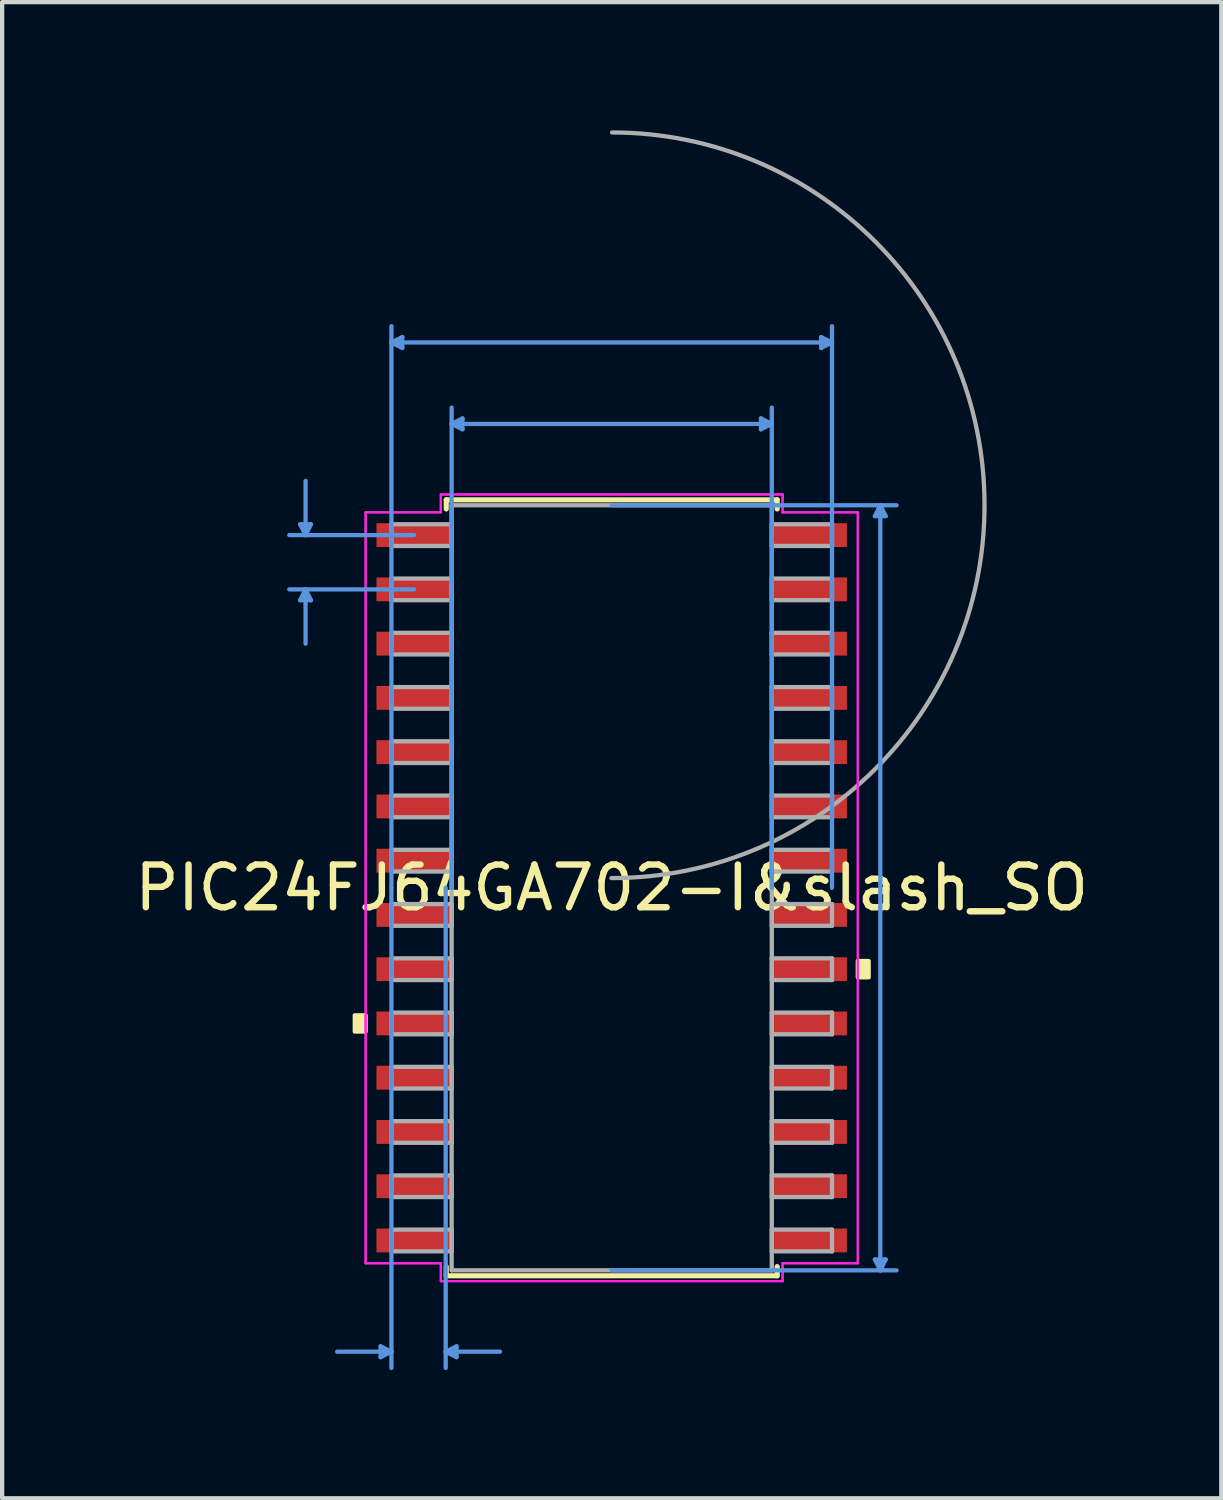
<source format=kicad_pcb>
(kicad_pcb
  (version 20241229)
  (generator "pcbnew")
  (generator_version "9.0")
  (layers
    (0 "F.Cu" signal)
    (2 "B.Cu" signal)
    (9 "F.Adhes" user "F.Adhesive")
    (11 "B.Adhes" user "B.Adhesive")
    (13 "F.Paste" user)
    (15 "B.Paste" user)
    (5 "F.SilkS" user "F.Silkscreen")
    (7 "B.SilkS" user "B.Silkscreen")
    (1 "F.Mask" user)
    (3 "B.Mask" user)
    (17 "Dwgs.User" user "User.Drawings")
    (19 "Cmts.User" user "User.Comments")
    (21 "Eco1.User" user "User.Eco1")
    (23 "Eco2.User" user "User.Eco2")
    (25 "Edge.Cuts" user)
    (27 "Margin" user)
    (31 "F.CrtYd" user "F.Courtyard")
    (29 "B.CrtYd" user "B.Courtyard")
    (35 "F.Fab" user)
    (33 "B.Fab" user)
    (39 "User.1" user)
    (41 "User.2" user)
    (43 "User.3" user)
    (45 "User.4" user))
  (footprint "PIC24FJ64GA702-I&slash_SO"
    (layer "F.Cu")
    (at 11.268 17.73)
    (property "Reference" "PIC24FJ64GA702-I&slash_SO" (at 0 0 0) (layer "F.SilkS") (effects (font (size 1 1) (thickness 0.15))))
    (attr through_hole)
    (fp_line (start -3.873 -9.081) (end -3.873 -8.867) (stroke (width 0.12) (type solid)) (layer "F.SilkS"))
    (fp_line (start -3.873 8.867) (end -3.873 9.081) (stroke (width 0.12) (type solid)) (layer "F.SilkS"))
    (fp_line (start -3.873 9.081) (end 3.873 9.081) (stroke (width 0.12) (type solid)) (layer "F.SilkS"))
    (fp_line (start 3.873 -9.081) (end -3.873 -9.081) (stroke (width 0.12) (type solid)) (layer "F.SilkS"))
    (fp_line (start 3.873 -8.867) (end 3.873 -9.081) (stroke (width 0.12) (type solid)) (layer "F.SilkS"))
    (fp_line (start 3.873 9.081) (end 3.873 8.867) (stroke (width 0.12) (type solid)) (layer "F.SilkS"))
    (fp_poly (pts (xy -6.014 2.985) (xy -6.014 3.365) (xy -5.76 3.365) (xy -5.76 2.985)) (stroke (width 0.1) (type solid)) (fill yes) (layer "F.SilkS"))
    (fp_poly (pts (xy 6.014 1.714) (xy 6.014 2.095) (xy 5.76 2.095) (xy 5.76 1.714)) (stroke (width 0.1) (type solid)) (fill yes) (layer "F.SilkS"))
    (fp_line (start -7.293 -8.509) (end -7.039 -8.509) (stroke (width 0.1) (type solid)) (layer "Cmts.User"))
    (fp_line (start -7.293 -6.731) (end -7.039 -6.731) (stroke (width 0.1) (type solid)) (layer "Cmts.User"))
    (fp_line (start -7.166 -8.255) (end -7.293 -8.509) (stroke (width 0.1) (type solid)) (layer "Cmts.User"))
    (fp_line (start -7.166 -8.255) (end -7.166 -9.525) (stroke (width 0.1) (type solid)) (layer "Cmts.User"))
    (fp_line (start -7.166 -8.255) (end -7.039 -8.509) (stroke (width 0.1) (type solid)) (layer "Cmts.User"))
    (fp_line (start -7.166 -6.985) (end -7.293 -6.731) (stroke (width 0.1) (type solid)) (layer "Cmts.User"))
    (fp_line (start -7.166 -6.985) (end -7.166 -5.715) (stroke (width 0.1) (type solid)) (layer "Cmts.User"))
    (fp_line (start -7.166 -6.985) (end -7.039 -6.731) (stroke (width 0.1) (type solid)) (layer "Cmts.User"))
    (fp_line (start -5.41 10.732) (end -5.41 10.986) (stroke (width 0.1) (type solid)) (layer "Cmts.User"))
    (fp_line (start -5.156 -12.764) (end -4.902 -12.89) (stroke (width 0.1) (type solid)) (layer "Cmts.User"))
    (fp_line (start -5.156 -12.764) (end -4.902 -12.636) (stroke (width 0.1) (type solid)) (layer "Cmts.User"))
    (fp_line (start -5.156 -12.764) (end 5.156 -12.764) (stroke (width 0.1) (type solid)) (layer "Cmts.User"))
    (fp_line (start -5.156 0) (end -5.156 -13.145) (stroke (width 0.1) (type solid)) (layer "Cmts.User"))
    (fp_line (start -5.156 0) (end -5.156 11.239) (stroke (width 0.1) (type solid)) (layer "Cmts.User"))
    (fp_line (start -5.156 10.858) (end -6.426 10.858) (stroke (width 0.1) (type solid)) (layer "Cmts.User"))
    (fp_line (start -5.156 10.858) (end -5.41 10.732) (stroke (width 0.1) (type solid)) (layer "Cmts.User"))
    (fp_line (start -5.156 10.858) (end -5.41 10.986) (stroke (width 0.1) (type solid)) (layer "Cmts.User"))
    (fp_line (start -4.902 -12.89) (end -4.902 -12.636) (stroke (width 0.1) (type solid)) (layer "Cmts.User"))
    (fp_line (start -4.626 -8.255) (end -7.547 -8.255) (stroke (width 0.1) (type solid)) (layer "Cmts.User"))
    (fp_line (start -4.626 -6.985) (end -7.547 -6.985) (stroke (width 0.1) (type solid)) (layer "Cmts.User"))
    (fp_line (start -3.886 0) (end -3.886 11.239) (stroke (width 0.1) (type solid)) (layer "Cmts.User"))
    (fp_line (start -3.886 10.858) (end -3.632 10.732) (stroke (width 0.1) (type solid)) (layer "Cmts.User"))
    (fp_line (start -3.886 10.858) (end -3.632 10.986) (stroke (width 0.1) (type solid)) (layer "Cmts.User"))
    (fp_line (start -3.886 10.858) (end -2.616 10.858) (stroke (width 0.1) (type solid)) (layer "Cmts.User"))
    (fp_line (start -3.747 -10.858) (end -3.493 -10.986) (stroke (width 0.1) (type solid)) (layer "Cmts.User"))
    (fp_line (start -3.747 -10.858) (end -3.493 -10.732) (stroke (width 0.1) (type solid)) (layer "Cmts.User"))
    (fp_line (start -3.747 -10.858) (end 3.747 -10.858) (stroke (width 0.1) (type solid)) (layer "Cmts.User"))
    (fp_line (start -3.747 0) (end -3.747 -11.239) (stroke (width 0.1) (type solid)) (layer "Cmts.User"))
    (fp_line (start -3.632 10.732) (end -3.632 10.986) (stroke (width 0.1) (type solid)) (layer "Cmts.User"))
    (fp_line (start -3.493 -10.986) (end -3.493 -10.732) (stroke (width 0.1) (type solid)) (layer "Cmts.User"))
    (fp_line (start 0 -8.954) (end 6.668 -8.954) (stroke (width 0.1) (type solid)) (layer "Cmts.User"))
    (fp_line (start 0 8.954) (end 6.668 8.954) (stroke (width 0.1) (type solid)) (layer "Cmts.User"))
    (fp_line (start 3.493 -10.986) (end 3.493 -10.732) (stroke (width 0.1) (type solid)) (layer "Cmts.User"))
    (fp_line (start 3.747 -10.858) (end 3.493 -10.986) (stroke (width 0.1) (type solid)) (layer "Cmts.User"))
    (fp_line (start 3.747 -10.858) (end 3.493 -10.732) (stroke (width 0.1) (type solid)) (layer "Cmts.User"))
    (fp_line (start 3.747 0) (end 3.747 -11.239) (stroke (width 0.1) (type solid)) (layer "Cmts.User"))
    (fp_line (start 4.902 -12.89) (end 4.902 -12.636) (stroke (width 0.1) (type solid)) (layer "Cmts.User"))
    (fp_line (start 5.156 -12.764) (end 4.902 -12.89) (stroke (width 0.1) (type solid)) (layer "Cmts.User"))
    (fp_line (start 5.156 -12.764) (end 4.902 -12.636) (stroke (width 0.1) (type solid)) (layer "Cmts.User"))
    (fp_line (start 5.156 0) (end 5.156 -13.145) (stroke (width 0.1) (type solid)) (layer "Cmts.User"))
    (fp_line (start 6.16 -8.7) (end 6.413 -8.7) (stroke (width 0.1) (type solid)) (layer "Cmts.User"))
    (fp_line (start 6.16 8.7) (end 6.413 8.7) (stroke (width 0.1) (type solid)) (layer "Cmts.User"))
    (fp_line (start 6.287 -8.954) (end 6.16 -8.7) (stroke (width 0.1) (type solid)) (layer "Cmts.User"))
    (fp_line (start 6.287 -8.954) (end 6.287 8.954) (stroke (width 0.1) (type solid)) (layer "Cmts.User"))
    (fp_line (start 6.287 -8.954) (end 6.413 -8.7) (stroke (width 0.1) (type solid)) (layer "Cmts.User"))
    (fp_line (start 6.287 8.954) (end 6.16 8.7) (stroke (width 0.1) (type solid)) (layer "Cmts.User"))
    (fp_line (start 6.287 8.954) (end 6.413 8.7) (stroke (width 0.1) (type solid)) (layer "Cmts.User"))
    (fp_line (start -5.76 -8.788) (end -4 -8.788) (stroke (width 0.05) (type solid)) (layer "F.CrtYd"))
    (fp_line (start -5.76 -8.788) (end -4 -8.788) (stroke (width 0.05) (type solid)) (layer "F.CrtYd"))
    (fp_line (start -5.76 8.788) (end -5.76 -8.788) (stroke (width 0.05) (type solid)) (layer "F.CrtYd"))
    (fp_line (start -5.76 8.788) (end -5.76 -8.788) (stroke (width 0.05) (type solid)) (layer "F.CrtYd"))
    (fp_line (start -5.76 8.788) (end -4 8.788) (stroke (width 0.05) (type solid)) (layer "F.CrtYd"))
    (fp_line (start -4 -9.207) (end 4 -9.207) (stroke (width 0.05) (type solid)) (layer "F.CrtYd"))
    (fp_line (start -4 -9.207) (end 4 -9.207) (stroke (width 0.05) (type solid)) (layer "F.CrtYd"))
    (fp_line (start -4 -8.788) (end -4 -9.207) (stroke (width 0.05) (type solid)) (layer "F.CrtYd"))
    (fp_line (start -4 -8.788) (end -4 -9.207) (stroke (width 0.05) (type solid)) (layer "F.CrtYd"))
    (fp_line (start -4 8.788) (end -5.76 8.788) (stroke (width 0.05) (type solid)) (layer "F.CrtYd"))
    (fp_line (start -4 9.207) (end -4 8.788) (stroke (width 0.05) (type solid)) (layer "F.CrtYd"))
    (fp_line (start -4 9.207) (end -4 8.788) (stroke (width 0.05) (type solid)) (layer "F.CrtYd"))
    (fp_line (start 4 -9.207) (end 4 -8.788) (stroke (width 0.05) (type solid)) (layer "F.CrtYd"))
    (fp_line (start 4 -9.207) (end 4 -8.788) (stroke (width 0.05) (type solid)) (layer "F.CrtYd"))
    (fp_line (start 4 -8.788) (end 5.76 -8.788) (stroke (width 0.05) (type solid)) (layer "F.CrtYd"))
    (fp_line (start 4 8.788) (end 4 9.207) (stroke (width 0.05) (type solid)) (layer "F.CrtYd"))
    (fp_line (start 4 8.788) (end 4 9.207) (stroke (width 0.05) (type solid)) (layer "F.CrtYd"))
    (fp_line (start 4 9.207) (end -4 9.207) (stroke (width 0.05) (type solid)) (layer "F.CrtYd"))
    (fp_line (start 4 9.207) (end -4 9.207) (stroke (width 0.05) (type solid)) (layer "F.CrtYd"))
    (fp_line (start 5.76 -8.788) (end 4 -8.788) (stroke (width 0.05) (type solid)) (layer "F.CrtYd"))
    (fp_line (start 5.76 -8.788) (end 5.76 8.788) (stroke (width 0.05) (type solid)) (layer "F.CrtYd"))
    (fp_line (start 5.76 -8.788) (end 5.76 8.788) (stroke (width 0.05) (type solid)) (layer "F.CrtYd"))
    (fp_line (start 5.76 8.788) (end 4 8.788) (stroke (width 0.05) (type solid)) (layer "F.CrtYd"))
    (fp_line (start 5.76 8.788) (end 4 8.788) (stroke (width 0.05) (type solid)) (layer "F.CrtYd"))
    (fp_line (start -5.156 -8.509) (end -5.156 -8.001) (stroke (width 0.1) (type solid)) (layer "F.Fab"))
    (fp_line (start -5.156 -8.001) (end -3.747 -8.001) (stroke (width 0.1) (type solid)) (layer "F.Fab"))
    (fp_line (start -5.156 -7.239) (end -5.156 -6.731) (stroke (width 0.1) (type solid)) (layer "F.Fab"))
    (fp_line (start -5.156 -6.731) (end -3.747 -6.731) (stroke (width 0.1) (type solid)) (layer "F.Fab"))
    (fp_line (start -5.156 -5.969) (end -5.156 -5.461) (stroke (width 0.1) (type solid)) (layer "F.Fab"))
    (fp_line (start -5.156 -5.461) (end -3.747 -5.461) (stroke (width 0.1) (type solid)) (layer "F.Fab"))
    (fp_line (start -5.156 -4.699) (end -5.156 -4.191) (stroke (width 0.1) (type solid)) (layer "F.Fab"))
    (fp_line (start -5.156 -4.191) (end -3.747 -4.191) (stroke (width 0.1) (type solid)) (layer "F.Fab"))
    (fp_line (start -5.156 -3.429) (end -5.156 -2.921) (stroke (width 0.1) (type solid)) (layer "F.Fab"))
    (fp_line (start -5.156 -2.921) (end -3.747 -2.921) (stroke (width 0.1) (type solid)) (layer "F.Fab"))
    (fp_line (start -5.156 -2.159) (end -5.156 -1.651) (stroke (width 0.1) (type solid)) (layer "F.Fab"))
    (fp_line (start -5.156 -1.651) (end -3.747 -1.651) (stroke (width 0.1) (type solid)) (layer "F.Fab"))
    (fp_line (start -5.156 -0.889) (end -5.156 -0.381) (stroke (width 0.1) (type solid)) (layer "F.Fab"))
    (fp_line (start -5.156 -0.381) (end -3.747 -0.381) (stroke (width 0.1) (type solid)) (layer "F.Fab"))
    (fp_line (start -5.156 0.381) (end -5.156 0.889) (stroke (width 0.1) (type solid)) (layer "F.Fab"))
    (fp_line (start -5.156 0.889) (end -3.747 0.889) (stroke (width 0.1) (type solid)) (layer "F.Fab"))
    (fp_line (start -5.156 1.651) (end -5.156 2.159) (stroke (width 0.1) (type solid)) (layer "F.Fab"))
    (fp_line (start -5.156 2.159) (end -3.747 2.159) (stroke (width 0.1) (type solid)) (layer "F.Fab"))
    (fp_line (start -5.156 2.921) (end -5.156 3.429) (stroke (width 0.1) (type solid)) (layer "F.Fab"))
    (fp_line (start -5.156 3.429) (end -3.747 3.429) (stroke (width 0.1) (type solid)) (layer "F.Fab"))
    (fp_line (start -5.156 4.191) (end -5.156 4.699) (stroke (width 0.1) (type solid)) (layer "F.Fab"))
    (fp_line (start -5.156 4.699) (end -3.747 4.699) (stroke (width 0.1) (type solid)) (layer "F.Fab"))
    (fp_line (start -5.156 5.461) (end -5.156 5.969) (stroke (width 0.1) (type solid)) (layer "F.Fab"))
    (fp_line (start -5.156 5.969) (end -3.747 5.969) (stroke (width 0.1) (type solid)) (layer "F.Fab"))
    (fp_line (start -5.156 6.731) (end -5.156 7.239) (stroke (width 0.1) (type solid)) (layer "F.Fab"))
    (fp_line (start -5.156 7.239) (end -3.747 7.239) (stroke (width 0.1) (type solid)) (layer "F.Fab"))
    (fp_line (start -5.156 8.001) (end -5.156 8.509) (stroke (width 0.1) (type solid)) (layer "F.Fab"))
    (fp_line (start -5.156 8.509) (end -3.747 8.509) (stroke (width 0.1) (type solid)) (layer "F.Fab"))
    (fp_line (start -3.747 -8.954) (end -3.747 8.954) (stroke (width 0.1) (type solid)) (layer "F.Fab"))
    (fp_line (start -3.747 -8.509) (end -5.156 -8.509) (stroke (width 0.1) (type solid)) (layer "F.Fab"))
    (fp_line (start -3.747 -8.001) (end -3.747 -8.509) (stroke (width 0.1) (type solid)) (layer "F.Fab"))
    (fp_line (start -3.747 -7.239) (end -5.156 -7.239) (stroke (width 0.1) (type solid)) (layer "F.Fab"))
    (fp_line (start -3.747 -6.731) (end -3.747 -7.239) (stroke (width 0.1) (type solid)) (layer "F.Fab"))
    (fp_line (start -3.747 -5.969) (end -5.156 -5.969) (stroke (width 0.1) (type solid)) (layer "F.Fab"))
    (fp_line (start -3.747 -5.461) (end -3.747 -5.969) (stroke (width 0.1) (type solid)) (layer "F.Fab"))
    (fp_line (start -3.747 -4.699) (end -5.156 -4.699) (stroke (width 0.1) (type solid)) (layer "F.Fab"))
    (fp_line (start -3.747 -4.191) (end -3.747 -4.699) (stroke (width 0.1) (type solid)) (layer "F.Fab"))
    (fp_line (start -3.747 -3.429) (end -5.156 -3.429) (stroke (width 0.1) (type solid)) (layer "F.Fab"))
    (fp_line (start -3.747 -2.921) (end -3.747 -3.429) (stroke (width 0.1) (type solid)) (layer "F.Fab"))
    (fp_line (start -3.747 -2.159) (end -5.156 -2.159) (stroke (width 0.1) (type solid)) (layer "F.Fab"))
    (fp_line (start -3.747 -1.651) (end -3.747 -2.159) (stroke (width 0.1) (type solid)) (layer "F.Fab"))
    (fp_line (start -3.747 -0.889) (end -5.156 -0.889) (stroke (width 0.1) (type solid)) (layer "F.Fab"))
    (fp_line (start -3.747 -0.381) (end -3.747 -0.889) (stroke (width 0.1) (type solid)) (layer "F.Fab"))
    (fp_line (start -3.747 0.381) (end -5.156 0.381) (stroke (width 0.1) (type solid)) (layer "F.Fab"))
    (fp_line (start -3.747 0.889) (end -3.747 0.381) (stroke (width 0.1) (type solid)) (layer "F.Fab"))
    (fp_line (start -3.747 1.651) (end -5.156 1.651) (stroke (width 0.1) (type solid)) (layer "F.Fab"))
    (fp_line (start -3.747 2.159) (end -3.747 1.651) (stroke (width 0.1) (type solid)) (layer "F.Fab"))
    (fp_line (start -3.747 2.921) (end -5.156 2.921) (stroke (width 0.1) (type solid)) (layer "F.Fab"))
    (fp_line (start -3.747 3.429) (end -3.747 2.921) (stroke (width 0.1) (type solid)) (layer "F.Fab"))
    (fp_line (start -3.747 4.191) (end -5.156 4.191) (stroke (width 0.1) (type solid)) (layer "F.Fab"))
    (fp_line (start -3.747 4.699) (end -3.747 4.191) (stroke (width 0.1) (type solid)) (layer "F.Fab"))
    (fp_line (start -3.747 5.461) (end -5.156 5.461) (stroke (width 0.1) (type solid)) (layer "F.Fab"))
    (fp_line (start -3.747 5.969) (end -3.747 5.461) (stroke (width 0.1) (type solid)) (layer "F.Fab"))
    (fp_line (start -3.747 6.731) (end -5.156 6.731) (stroke (width 0.1) (type solid)) (layer "F.Fab"))
    (fp_line (start -3.747 7.239) (end -3.747 6.731) (stroke (width 0.1) (type solid)) (layer "F.Fab"))
    (fp_line (start -3.747 8.001) (end -5.156 8.001) (stroke (width 0.1) (type solid)) (layer "F.Fab"))
    (fp_line (start -3.747 8.509) (end -3.747 8.001) (stroke (width 0.1) (type solid)) (layer "F.Fab"))
    (fp_line (start -3.747 8.954) (end 3.747 8.954) (stroke (width 0.1) (type solid)) (layer "F.Fab"))
    (fp_line (start 3.747 -8.954) (end -3.747 -8.954) (stroke (width 0.1) (type solid)) (layer "F.Fab"))
    (fp_line (start 3.747 -8.509) (end 3.747 -8.001) (stroke (width 0.1) (type solid)) (layer "F.Fab"))
    (fp_line (start 3.747 -8.001) (end 5.156 -8.001) (stroke (width 0.1) (type solid)) (layer "F.Fab"))
    (fp_line (start 3.747 -7.239) (end 3.747 -6.731) (stroke (width 0.1) (type solid)) (layer "F.Fab"))
    (fp_line (start 3.747 -6.731) (end 5.156 -6.731) (stroke (width 0.1) (type solid)) (layer "F.Fab"))
    (fp_line (start 3.747 -5.969) (end 3.747 -5.461) (stroke (width 0.1) (type solid)) (layer "F.Fab"))
    (fp_line (start 3.747 -5.461) (end 5.156 -5.461) (stroke (width 0.1) (type solid)) (layer "F.Fab"))
    (fp_line (start 3.747 -4.699) (end 3.747 -4.191) (stroke (width 0.1) (type solid)) (layer "F.Fab"))
    (fp_line (start 3.747 -4.191) (end 5.156 -4.191) (stroke (width 0.1) (type solid)) (layer "F.Fab"))
    (fp_line (start 3.747 -3.429) (end 3.747 -2.921) (stroke (width 0.1) (type solid)) (layer "F.Fab"))
    (fp_line (start 3.747 -2.921) (end 5.156 -2.921) (stroke (width 0.1) (type solid)) (layer "F.Fab"))
    (fp_line (start 3.747 -2.159) (end 3.747 -1.651) (stroke (width 0.1) (type solid)) (layer "F.Fab"))
    (fp_line (start 3.747 -1.651) (end 5.156 -1.651) (stroke (width 0.1) (type solid)) (layer "F.Fab"))
    (fp_line (start 3.747 -0.889) (end 3.747 -0.381) (stroke (width 0.1) (type solid)) (layer "F.Fab"))
    (fp_line (start 3.747 -0.381) (end 5.156 -0.381) (stroke (width 0.1) (type solid)) (layer "F.Fab"))
    (fp_line (start 3.747 0.381) (end 3.747 0.889) (stroke (width 0.1) (type solid)) (layer "F.Fab"))
    (fp_line (start 3.747 0.889) (end 5.156 0.889) (stroke (width 0.1) (type solid)) (layer "F.Fab"))
    (fp_line (start 3.747 1.651) (end 3.747 2.159) (stroke (width 0.1) (type solid)) (layer "F.Fab"))
    (fp_line (start 3.747 2.159) (end 5.156 2.159) (stroke (width 0.1) (type solid)) (layer "F.Fab"))
    (fp_line (start 3.747 2.921) (end 3.747 3.429) (stroke (width 0.1) (type solid)) (layer "F.Fab"))
    (fp_line (start 3.747 3.429) (end 5.156 3.429) (stroke (width 0.1) (type solid)) (layer "F.Fab"))
    (fp_line (start 3.747 4.191) (end 3.747 4.699) (stroke (width 0.1) (type solid)) (layer "F.Fab"))
    (fp_line (start 3.747 4.699) (end 5.156 4.699) (stroke (width 0.1) (type solid)) (layer "F.Fab"))
    (fp_line (start 3.747 5.461) (end 3.747 5.969) (stroke (width 0.1) (type solid)) (layer "F.Fab"))
    (fp_line (start 3.747 5.969) (end 5.156 5.969) (stroke (width 0.1) (type solid)) (layer "F.Fab"))
    (fp_line (start 3.747 6.731) (end 3.747 7.239) (stroke (width 0.1) (type solid)) (layer "F.Fab"))
    (fp_line (start 3.747 7.239) (end 5.156 7.239) (stroke (width 0.1) (type solid)) (layer "F.Fab"))
    (fp_line (start 3.747 8.001) (end 3.747 8.509) (stroke (width 0.1) (type solid)) (layer "F.Fab"))
    (fp_line (start 3.747 8.509) (end 5.156 8.509) (stroke (width 0.1) (type solid)) (layer "F.Fab"))
    (fp_line (start 3.747 8.954) (end 3.747 -8.954) (stroke (width 0.1) (type solid)) (layer "F.Fab"))
    (fp_line (start 5.156 -8.509) (end 3.747 -8.509) (stroke (width 0.1) (type solid)) (layer "F.Fab"))
    (fp_line (start 5.156 -8.001) (end 5.156 -8.509) (stroke (width 0.1) (type solid)) (layer "F.Fab"))
    (fp_line (start 5.156 -7.239) (end 3.747 -7.239) (stroke (width 0.1) (type solid)) (layer "F.Fab"))
    (fp_line (start 5.156 -6.731) (end 5.156 -7.239) (stroke (width 0.1) (type solid)) (layer "F.Fab"))
    (fp_line (start 5.156 -5.969) (end 3.747 -5.969) (stroke (width 0.1) (type solid)) (layer "F.Fab"))
    (fp_line (start 5.156 -5.461) (end 5.156 -5.969) (stroke (width 0.1) (type solid)) (layer "F.Fab"))
    (fp_line (start 5.156 -4.699) (end 3.747 -4.699) (stroke (width 0.1) (type solid)) (layer "F.Fab"))
    (fp_line (start 5.156 -4.191) (end 5.156 -4.699) (stroke (width 0.1) (type solid)) (layer "F.Fab"))
    (fp_line (start 5.156 -3.429) (end 3.747 -3.429) (stroke (width 0.1) (type solid)) (layer "F.Fab"))
    (fp_line (start 5.156 -2.921) (end 5.156 -3.429) (stroke (width 0.1) (type solid)) (layer "F.Fab"))
    (fp_line (start 5.156 -2.159) (end 3.747 -2.159) (stroke (width 0.1) (type solid)) (layer "F.Fab"))
    (fp_line (start 5.156 -1.651) (end 5.156 -2.159) (stroke (width 0.1) (type solid)) (layer "F.Fab"))
    (fp_line (start 5.156 -0.889) (end 3.747 -0.889) (stroke (width 0.1) (type solid)) (layer "F.Fab"))
    (fp_line (start 5.156 -0.381) (end 5.156 -0.889) (stroke (width 0.1) (type solid)) (layer "F.Fab"))
    (fp_line (start 5.156 0.381) (end 3.747 0.381) (stroke (width 0.1) (type solid)) (layer "F.Fab"))
    (fp_line (start 5.156 0.889) (end 5.156 0.381) (stroke (width 0.1) (type solid)) (layer "F.Fab"))
    (fp_line (start 5.156 1.651) (end 3.747 1.651) (stroke (width 0.1) (type solid)) (layer "F.Fab"))
    (fp_line (start 5.156 2.159) (end 5.156 1.651) (stroke (width 0.1) (type solid)) (layer "F.Fab"))
    (fp_line (start 5.156 2.921) (end 3.747 2.921) (stroke (width 0.1) (type solid)) (layer "F.Fab"))
    (fp_line (start 5.156 3.429) (end 5.156 2.921) (stroke (width 0.1) (type solid)) (layer "F.Fab"))
    (fp_line (start 5.156 4.191) (end 3.747 4.191) (stroke (width 0.1) (type solid)) (layer "F.Fab"))
    (fp_line (start 5.156 4.699) (end 5.156 4.191) (stroke (width 0.1) (type solid)) (layer "F.Fab"))
    (fp_line (start 5.156 5.461) (end 3.747 5.461) (stroke (width 0.1) (type solid)) (layer "F.Fab"))
    (fp_line (start 5.156 5.969) (end 5.156 5.461) (stroke (width 0.1) (type solid)) (layer "F.Fab"))
    (fp_line (start 5.156 6.731) (end 3.747 6.731) (stroke (width 0.1) (type solid)) (layer "F.Fab"))
    (fp_line (start 5.156 7.239) (end 5.156 6.731) (stroke (width 0.1) (type solid)) (layer "F.Fab"))
    (fp_line (start 5.156 8.001) (end 3.747 8.001) (stroke (width 0.1) (type solid)) (layer "F.Fab"))
    (fp_line (start 5.156 8.509) (end 5.156 8.001) (stroke (width 0.1) (type solid)) (layer "F.Fab"))
    (fp_arc (start 0.007742 -17.679581) (mid 8.726081 -8.945758) (end -0.007742 -0.227419) (stroke (width 0.1) (type solid)) (layer "F.Fab"))
    (pad "1" smd rect (at -4.626 -8.255) (size 1.76 0.558) (layers "F.Cu" "F.Mask" "F.Paste"))
    (pad "2" smd rect (at -4.626 -6.985) (size 1.76 0.558) (layers "F.Cu" "F.Mask" "F.Paste"))
    (pad "3" smd rect (at -4.626 -5.715) (size 1.76 0.558) (layers "F.Cu" "F.Mask" "F.Paste"))
    (pad "4" smd rect (at -4.626 -4.445) (size 1.76 0.558) (layers "F.Cu" "F.Mask" "F.Paste"))
    (pad "5" smd rect (at -4.626 -3.175) (size 1.76 0.558) (layers "F.Cu" "F.Mask" "F.Paste"))
    (pad "6" smd rect (at -4.626 -1.905) (size 1.76 0.558) (layers "F.Cu" "F.Mask" "F.Paste"))
    (pad "7" smd rect (at -4.626 -0.635) (size 1.76 0.558) (layers "F.Cu" "F.Mask" "F.Paste"))
    (pad "8" smd rect (at -4.626 0.635) (size 1.76 0.558) (layers "F.Cu" "F.Mask" "F.Paste"))
    (pad "9" smd rect (at -4.626 1.905) (size 1.76 0.558) (layers "F.Cu" "F.Mask" "F.Paste"))
    (pad "10" smd rect (at -4.626 3.175) (size 1.76 0.558) (layers "F.Cu" "F.Mask" "F.Paste"))
    (pad "11" smd rect (at -4.626 4.445) (size 1.76 0.558) (layers "F.Cu" "F.Mask" "F.Paste"))
    (pad "12" smd rect (at -4.626 5.715) (size 1.76 0.558) (layers "F.Cu" "F.Mask" "F.Paste"))
    (pad "13" smd rect (at -4.626 6.985) (size 1.76 0.558) (layers "F.Cu" "F.Mask" "F.Paste"))
    (pad "14" smd rect (at -4.626 8.255) (size 1.76 0.558) (layers "F.Cu" "F.Mask" "F.Paste"))
    (pad "15" smd rect (at 4.626 8.255) (size 1.76 0.558) (layers "F.Cu" "F.Mask" "F.Paste"))
    (pad "16" smd rect (at 4.626 6.985) (size 1.76 0.558) (layers "F.Cu" "F.Mask" "F.Paste"))
    (pad "17" smd rect (at 4.626 5.715) (size 1.76 0.558) (layers "F.Cu" "F.Mask" "F.Paste"))
    (pad "18" smd rect (at 4.626 4.445) (size 1.76 0.558) (layers "F.Cu" "F.Mask" "F.Paste"))
    (pad "19" smd rect (at 4.626 3.175) (size 1.76 0.558) (layers "F.Cu" "F.Mask" "F.Paste"))
    (pad "20" smd rect (at 4.626 1.905) (size 1.76 0.558) (layers "F.Cu" "F.Mask" "F.Paste"))
    (pad "21" smd rect (at 4.626 0.635) (size 1.76 0.558) (layers "F.Cu" "F.Mask" "F.Paste"))
    (pad "22" smd rect (at 4.626 -0.635) (size 1.76 0.558) (layers "F.Cu" "F.Mask" "F.Paste"))
    (pad "23" smd rect (at 4.626 -1.905) (size 1.76 0.558) (layers "F.Cu" "F.Mask" "F.Paste"))
    (pad "24" smd rect (at 4.626 -3.175) (size 1.76 0.558) (layers "F.Cu" "F.Mask" "F.Paste"))
    (pad "25" smd rect (at 4.626 -4.445) (size 1.76 0.558) (layers "F.Cu" "F.Mask" "F.Paste"))
    (pad "26" smd rect (at 4.626 -5.715) (size 1.76 0.558) (layers "F.Cu" "F.Mask" "F.Paste"))
    (pad "27" smd rect (at 4.626 -6.985) (size 1.76 0.558) (layers "F.Cu" "F.Mask" "F.Paste"))
    (pad "28" smd rect (at 4.626 -8.255) (size 1.76 0.558) (layers "F.Cu" "F.Mask" "F.Paste")))
  (gr_rect
    (start -3 -3)
    (end 25.536 32.019)
    (stroke (width 0.1) (type default))
    (fill no)
    (layer "Edge.Cuts")))
</source>
